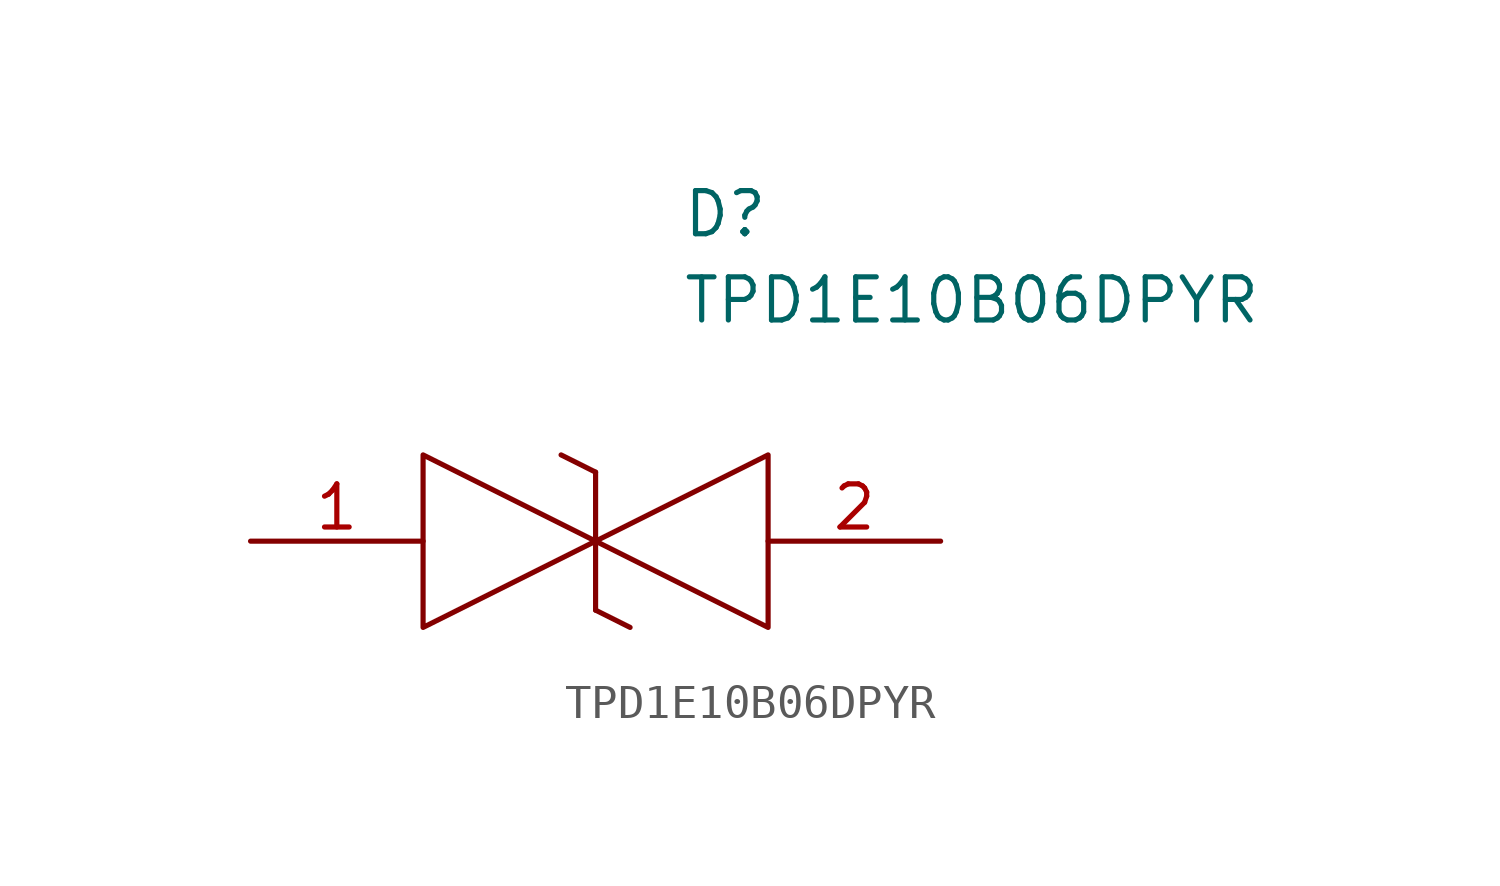
<source format=kicad_sym>
(kicad_symbol_lib
  (version 20211014)
  (generator kicad_symbol_editor)
  (symbol "TPD1E10B06DPYR"
    (pin_names
      (offset 0.762))
    (property "Reference" "D"
      (at 12.7 8.89 0)
      (effects (font (size 1.27 1.27)) (justify left bottom)))
    (property "Value" "TPD1E10B06DPYR"
      (at 12.7 6.35 0)
      (effects (font (size 1.27 1.27)) (justify left bottom)))
    (symbol "TPD1E10B06DPYR_0_0"
      (pin passive line (at 0 0 0) (length 5.08) (name "~" (effects (font (size 1.27 1.27)))) (number "1" (effects (font (size 1.27 1.27)))))
      (pin passive line (at 20.32 0 180) (length 5.08) (name "~" (effects (font (size 1.27 1.27)))) (number "2" (effects (font (size 1.27 1.27))))))
    (symbol "TPD1E10B06DPYR_0_1"
      (polyline (pts (xy 9.144 2.54) (xy 10.16 2.032)) (stroke (width 0.152) (type default) (color 0 0 0 0)) (fill (type none)))
      (polyline (pts (xy 10.16 -2.032) (xy 10.16 2.032)) (stroke (width 0.152) (type default) (color 0 0 0 0)) (fill (type none)))
      (polyline (pts (xy 10.16 -2.032) (xy 11.176 -2.54)) (stroke (width 0.152) (type default) (color 0 0 0 0)) (fill (type none)))
      (polyline (pts (xy 10.16 0) (xy 5.08 -2.54) (xy 5.08 2.54) (xy 10.16 0)) (stroke (width 0.152) (type default) (color 0 0 0 0)) (fill (type none)))
      (polyline (pts (xy 10.16 0) (xy 15.24 -2.54) (xy 15.24 2.54) (xy 10.16 0)) (stroke (width 0.152) (type default) (color 0 0 0 0)) (fill (type none))))))
</source>
